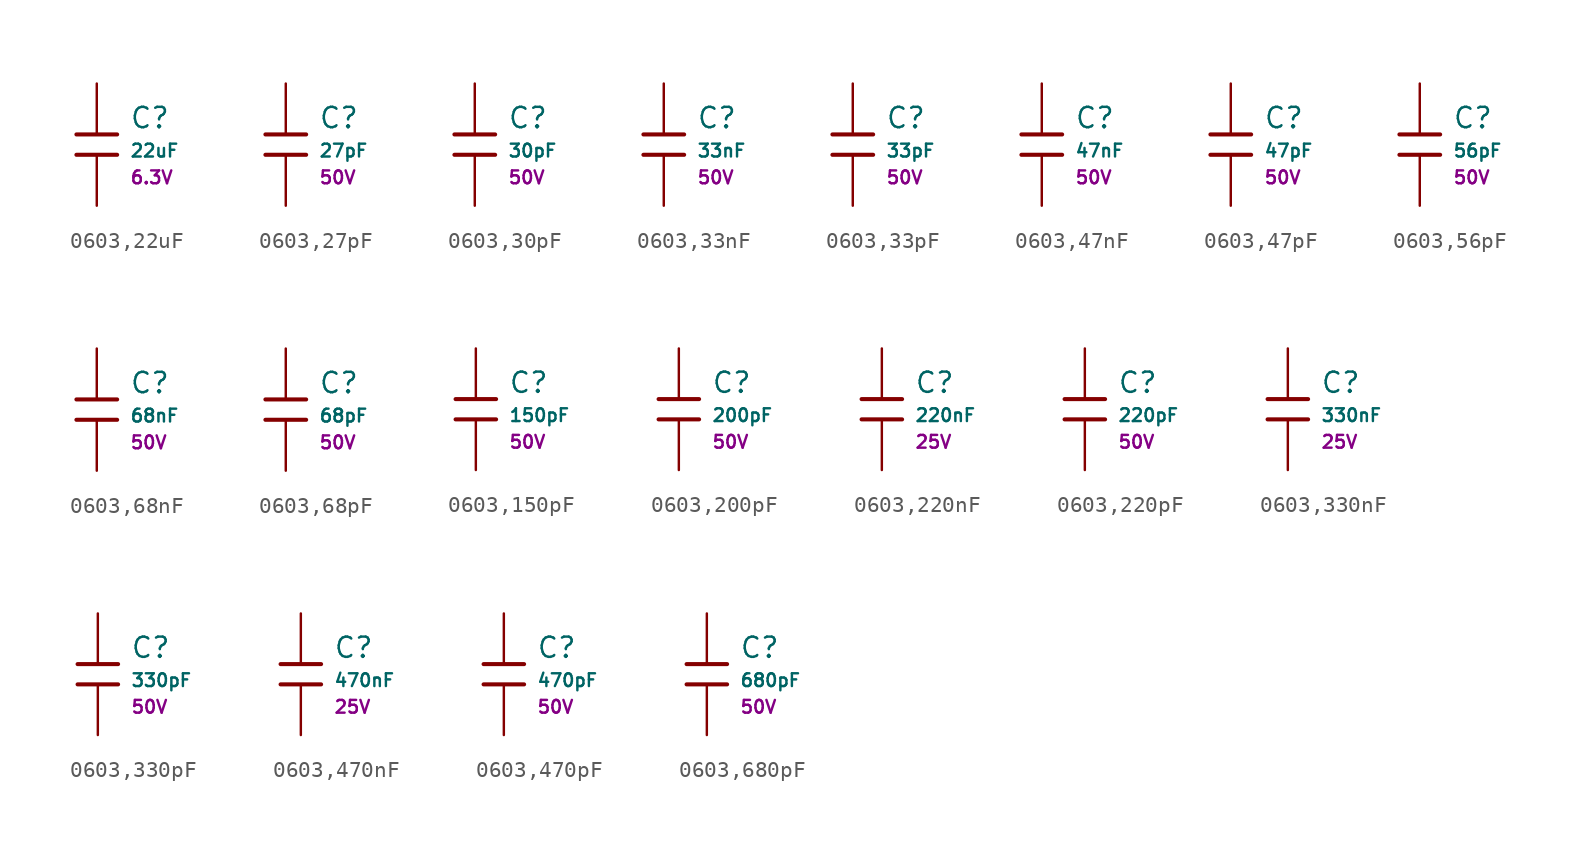
<source format=kicad_sym>
(kicad_symbol_lib
  (version 20231120)
  (generator "CDFER")
  (generator_version "8.0")
  (symbol "0603,22uF"
    (pin_numbers hide)
    (pin_names
      (offset 0))
    (property "Reference" "C"
      (at 2.032 1.668 0)
      (effects (font (size 1.27 1.27)) (justify left)))
    (property "Value" "22uF"
      (at 2.032 -0.378 0)
      (effects (font (size 0.8 0.8)) (justify left)))
    (property "Voltage Rated" "6.3V"
      (at 2.032 -2.046 0)
      (effects (font (size 0.8 0.8)) (justify left)))
    (symbol "0603,22uF_0_1"
      (polyline (pts (xy -1.27 0.635) (xy 1.27 0.635)) (stroke (width 0.254) (type default)) (fill (type none))))
    (symbol "0603,22uF_0_1"
      (polyline (pts (xy -1.27 -0.635) (xy 1.27 -0.635)) (stroke (width 0.254) (type default)) (fill (type none))))
    (symbol "0603,22uF_1_1"
      (pin passive line (at 0 3.81 270) (length 3.175) (name "~" (effects (font (size 1.27 1.27)))) (number "1" (effects (font (size 1.27 1.27)))))
      (pin passive line (at 0 -3.81 90) (length 3.175) (name "~" (effects (font (size 1.27 1.27)))) (number "2" (effects (font (size 1.27 1.27)))))))
  (symbol "0603,27pF"
    (pin_numbers hide)
    (pin_names
      (offset 0))
    (property "Reference" "C"
      (at 2.032 1.668 0)
      (effects (font (size 1.27 1.27)) (justify left)))
    (property "Value" "27pF"
      (at 2.032 -0.378 0)
      (effects (font (size 0.8 0.8)) (justify left)))
    (property "Voltage Rated" "50V"
      (at 2.032 -2.046 0)
      (effects (font (size 0.8 0.8)) (justify left)))
    (symbol "0603,27pF_0_1"
      (polyline (pts (xy -1.27 0.635) (xy 1.27 0.635)) (stroke (width 0.254) (type default)) (fill (type none))))
    (symbol "0603,27pF_0_1"
      (polyline (pts (xy -1.27 -0.635) (xy 1.27 -0.635)) (stroke (width 0.254) (type default)) (fill (type none))))
    (symbol "0603,27pF_1_1"
      (pin passive line (at 0 3.81 270) (length 3.175) (name "~" (effects (font (size 1.27 1.27)))) (number "1" (effects (font (size 1.27 1.27)))))
      (pin passive line (at 0 -3.81 90) (length 3.175) (name "~" (effects (font (size 1.27 1.27)))) (number "2" (effects (font (size 1.27 1.27)))))))
  (symbol "0603,30pF"
    (pin_numbers hide)
    (pin_names
      (offset 0))
    (property "Reference" "C"
      (at 2.032 1.668 0)
      (effects (font (size 1.27 1.27)) (justify left)))
    (property "Value" "30pF"
      (at 2.032 -0.378 0)
      (effects (font (size 0.8 0.8)) (justify left)))
    (property "Voltage Rated" "50V"
      (at 2.032 -2.046 0)
      (effects (font (size 0.8 0.8)) (justify left)))
    (symbol "0603,30pF_0_1"
      (polyline (pts (xy -1.27 0.635) (xy 1.27 0.635)) (stroke (width 0.254) (type default)) (fill (type none))))
    (symbol "0603,30pF_0_1"
      (polyline (pts (xy -1.27 -0.635) (xy 1.27 -0.635)) (stroke (width 0.254) (type default)) (fill (type none))))
    (symbol "0603,30pF_1_1"
      (pin passive line (at 0 3.81 270) (length 3.175) (name "~" (effects (font (size 1.27 1.27)))) (number "1" (effects (font (size 1.27 1.27)))))
      (pin passive line (at 0 -3.81 90) (length 3.175) (name "~" (effects (font (size 1.27 1.27)))) (number "2" (effects (font (size 1.27 1.27)))))))
  (symbol "0603,33nF"
    (pin_numbers hide)
    (pin_names
      (offset 0))
    (property "Reference" "C"
      (at 2.032 1.668 0)
      (effects (font (size 1.27 1.27)) (justify left)))
    (property "Value" "33nF"
      (at 2.032 -0.378 0)
      (effects (font (size 0.8 0.8)) (justify left)))
    (property "Voltage Rated" "50V"
      (at 2.032 -2.046 0)
      (effects (font (size 0.8 0.8)) (justify left)))
    (symbol "0603,33nF_0_1"
      (polyline (pts (xy -1.27 0.635) (xy 1.27 0.635)) (stroke (width 0.254) (type default)) (fill (type none))))
    (symbol "0603,33nF_0_1"
      (polyline (pts (xy -1.27 -0.635) (xy 1.27 -0.635)) (stroke (width 0.254) (type default)) (fill (type none))))
    (symbol "0603,33nF_1_1"
      (pin passive line (at 0 3.81 270) (length 3.175) (name "~" (effects (font (size 1.27 1.27)))) (number "1" (effects (font (size 1.27 1.27)))))
      (pin passive line (at 0 -3.81 90) (length 3.175) (name "~" (effects (font (size 1.27 1.27)))) (number "2" (effects (font (size 1.27 1.27)))))))
  (symbol "0603,33pF"
    (pin_numbers hide)
    (pin_names
      (offset 0))
    (property "Reference" "C"
      (at 2.032 1.668 0)
      (effects (font (size 1.27 1.27)) (justify left)))
    (property "Value" "33pF"
      (at 2.032 -0.378 0)
      (effects (font (size 0.8 0.8)) (justify left)))
    (property "Voltage Rated" "50V"
      (at 2.032 -2.046 0)
      (effects (font (size 0.8 0.8)) (justify left)))
    (symbol "0603,33pF_0_1"
      (polyline (pts (xy -1.27 0.635) (xy 1.27 0.635)) (stroke (width 0.254) (type default)) (fill (type none))))
    (symbol "0603,33pF_0_1"
      (polyline (pts (xy -1.27 -0.635) (xy 1.27 -0.635)) (stroke (width 0.254) (type default)) (fill (type none))))
    (symbol "0603,33pF_1_1"
      (pin passive line (at 0 3.81 270) (length 3.175) (name "~" (effects (font (size 1.27 1.27)))) (number "1" (effects (font (size 1.27 1.27)))))
      (pin passive line (at 0 -3.81 90) (length 3.175) (name "~" (effects (font (size 1.27 1.27)))) (number "2" (effects (font (size 1.27 1.27)))))))
  (symbol "0603,47nF"
    (pin_numbers hide)
    (pin_names
      (offset 0))
    (property "Reference" "C"
      (at 2.032 1.668 0)
      (effects (font (size 1.27 1.27)) (justify left)))
    (property "Value" "47nF"
      (at 2.032 -0.378 0)
      (effects (font (size 0.8 0.8)) (justify left)))
    (property "Voltage Rated" "50V"
      (at 2.032 -2.046 0)
      (effects (font (size 0.8 0.8)) (justify left)))
    (symbol "0603,47nF_0_1"
      (polyline (pts (xy -1.27 0.635) (xy 1.27 0.635)) (stroke (width 0.254) (type default)) (fill (type none))))
    (symbol "0603,47nF_0_1"
      (polyline (pts (xy -1.27 -0.635) (xy 1.27 -0.635)) (stroke (width 0.254) (type default)) (fill (type none))))
    (symbol "0603,47nF_1_1"
      (pin passive line (at 0 3.81 270) (length 3.175) (name "~" (effects (font (size 1.27 1.27)))) (number "1" (effects (font (size 1.27 1.27)))))
      (pin passive line (at 0 -3.81 90) (length 3.175) (name "~" (effects (font (size 1.27 1.27)))) (number "2" (effects (font (size 1.27 1.27)))))))
  (symbol "0603,47pF"
    (pin_numbers hide)
    (pin_names
      (offset 0))
    (property "Reference" "C"
      (at 2.032 1.668 0)
      (effects (font (size 1.27 1.27)) (justify left)))
    (property "Value" "47pF"
      (at 2.032 -0.378 0)
      (effects (font (size 0.8 0.8)) (justify left)))
    (property "Voltage Rated" "50V"
      (at 2.032 -2.046 0)
      (effects (font (size 0.8 0.8)) (justify left)))
    (symbol "0603,47pF_0_1"
      (polyline (pts (xy -1.27 0.635) (xy 1.27 0.635)) (stroke (width 0.254) (type default)) (fill (type none))))
    (symbol "0603,47pF_0_1"
      (polyline (pts (xy -1.27 -0.635) (xy 1.27 -0.635)) (stroke (width 0.254) (type default)) (fill (type none))))
    (symbol "0603,47pF_1_1"
      (pin passive line (at 0 3.81 270) (length 3.175) (name "~" (effects (font (size 1.27 1.27)))) (number "1" (effects (font (size 1.27 1.27)))))
      (pin passive line (at 0 -3.81 90) (length 3.175) (name "~" (effects (font (size 1.27 1.27)))) (number "2" (effects (font (size 1.27 1.27)))))))
  (symbol "0603,56pF"
    (pin_numbers hide)
    (pin_names
      (offset 0))
    (property "Reference" "C"
      (at 2.032 1.668 0)
      (effects (font (size 1.27 1.27)) (justify left)))
    (property "Value" "56pF"
      (at 2.032 -0.378 0)
      (effects (font (size 0.8 0.8)) (justify left)))
    (property "Voltage Rated" "50V"
      (at 2.032 -2.046 0)
      (effects (font (size 0.8 0.8)) (justify left)))
    (symbol "0603,56pF_0_1"
      (polyline (pts (xy -1.27 0.635) (xy 1.27 0.635)) (stroke (width 0.254) (type default)) (fill (type none))))
    (symbol "0603,56pF_0_1"
      (polyline (pts (xy -1.27 -0.635) (xy 1.27 -0.635)) (stroke (width 0.254) (type default)) (fill (type none))))
    (symbol "0603,56pF_1_1"
      (pin passive line (at 0 3.81 270) (length 3.175) (name "~" (effects (font (size 1.27 1.27)))) (number "1" (effects (font (size 1.27 1.27)))))
      (pin passive line (at 0 -3.81 90) (length 3.175) (name "~" (effects (font (size 1.27 1.27)))) (number "2" (effects (font (size 1.27 1.27)))))))
  (symbol "0603,68nF"
    (pin_numbers hide)
    (pin_names
      (offset 0))
    (property "Reference" "C"
      (at 2.032 1.668 0)
      (effects (font (size 1.27 1.27)) (justify left)))
    (property "Value" "68nF"
      (at 2.032 -0.378 0)
      (effects (font (size 0.8 0.8)) (justify left)))
    (property "Voltage Rated" "50V"
      (at 2.032 -2.046 0)
      (effects (font (size 0.8 0.8)) (justify left)))
    (symbol "0603,68nF_0_1"
      (polyline (pts (xy -1.27 0.635) (xy 1.27 0.635)) (stroke (width 0.254) (type default)) (fill (type none))))
    (symbol "0603,68nF_0_1"
      (polyline (pts (xy -1.27 -0.635) (xy 1.27 -0.635)) (stroke (width 0.254) (type default)) (fill (type none))))
    (symbol "0603,68nF_1_1"
      (pin passive line (at 0 3.81 270) (length 3.175) (name "~" (effects (font (size 1.27 1.27)))) (number "1" (effects (font (size 1.27 1.27)))))
      (pin passive line (at 0 -3.81 90) (length 3.175) (name "~" (effects (font (size 1.27 1.27)))) (number "2" (effects (font (size 1.27 1.27)))))))
  (symbol "0603,68pF"
    (pin_numbers hide)
    (pin_names
      (offset 0))
    (property "Reference" "C"
      (at 2.032 1.668 0)
      (effects (font (size 1.27 1.27)) (justify left)))
    (property "Value" "68pF"
      (at 2.032 -0.378 0)
      (effects (font (size 0.8 0.8)) (justify left)))
    (property "Voltage Rated" "50V"
      (at 2.032 -2.046 0)
      (effects (font (size 0.8 0.8)) (justify left)))
    (symbol "0603,68pF_0_1"
      (polyline (pts (xy -1.27 0.635) (xy 1.27 0.635)) (stroke (width 0.254) (type default)) (fill (type none))))
    (symbol "0603,68pF_0_1"
      (polyline (pts (xy -1.27 -0.635) (xy 1.27 -0.635)) (stroke (width 0.254) (type default)) (fill (type none))))
    (symbol "0603,68pF_1_1"
      (pin passive line (at 0 3.81 270) (length 3.175) (name "~" (effects (font (size 1.27 1.27)))) (number "1" (effects (font (size 1.27 1.27)))))
      (pin passive line (at 0 -3.81 90) (length 3.175) (name "~" (effects (font (size 1.27 1.27)))) (number "2" (effects (font (size 1.27 1.27)))))))
  (symbol "0603,150pF"
    (pin_numbers hide)
    (pin_names
      (offset 0))
    (property "Reference" "C"
      (at 2.032 1.668 0)
      (effects (font (size 1.27 1.27)) (justify left)))
    (property "Value" "150pF"
      (at 2.032 -0.378 0)
      (effects (font (size 0.8 0.8)) (justify left)))
    (property "Voltage Rated" "50V"
      (at 2.032 -2.046 0)
      (effects (font (size 0.8 0.8)) (justify left)))
    (symbol "0603,150pF_0_1"
      (polyline (pts (xy -1.27 0.635) (xy 1.27 0.635)) (stroke (width 0.254) (type default)) (fill (type none))))
    (symbol "0603,150pF_0_1"
      (polyline (pts (xy -1.27 -0.635) (xy 1.27 -0.635)) (stroke (width 0.254) (type default)) (fill (type none))))
    (symbol "0603,150pF_1_1"
      (pin passive line (at 0 3.81 270) (length 3.175) (name "~" (effects (font (size 1.27 1.27)))) (number "1" (effects (font (size 1.27 1.27)))))
      (pin passive line (at 0 -3.81 90) (length 3.175) (name "~" (effects (font (size 1.27 1.27)))) (number "2" (effects (font (size 1.27 1.27)))))))
  (symbol "0603,200pF"
    (pin_numbers hide)
    (pin_names
      (offset 0))
    (property "Reference" "C"
      (at 2.032 1.668 0)
      (effects (font (size 1.27 1.27)) (justify left)))
    (property "Value" "200pF"
      (at 2.032 -0.378 0)
      (effects (font (size 0.8 0.8)) (justify left)))
    (property "Voltage Rated" "50V"
      (at 2.032 -2.046 0)
      (effects (font (size 0.8 0.8)) (justify left)))
    (symbol "0603,200pF_0_1"
      (polyline (pts (xy -1.27 0.635) (xy 1.27 0.635)) (stroke (width 0.254) (type default)) (fill (type none))))
    (symbol "0603,200pF_0_1"
      (polyline (pts (xy -1.27 -0.635) (xy 1.27 -0.635)) (stroke (width 0.254) (type default)) (fill (type none))))
    (symbol "0603,200pF_1_1"
      (pin passive line (at 0 3.81 270) (length 3.175) (name "~" (effects (font (size 1.27 1.27)))) (number "1" (effects (font (size 1.27 1.27)))))
      (pin passive line (at 0 -3.81 90) (length 3.175) (name "~" (effects (font (size 1.27 1.27)))) (number "2" (effects (font (size 1.27 1.27)))))))
  (symbol "0603,220nF"
    (pin_numbers hide)
    (pin_names
      (offset 0))
    (property "Reference" "C"
      (at 2.032 1.668 0)
      (effects (font (size 1.27 1.27)) (justify left)))
    (property "Value" "220nF"
      (at 2.032 -0.378 0)
      (effects (font (size 0.8 0.8)) (justify left)))
    (property "Voltage Rated" "25V"
      (at 2.032 -2.046 0)
      (effects (font (size 0.8 0.8)) (justify left)))
    (symbol "0603,220nF_0_1"
      (polyline (pts (xy -1.27 0.635) (xy 1.27 0.635)) (stroke (width 0.254) (type default)) (fill (type none))))
    (symbol "0603,220nF_0_1"
      (polyline (pts (xy -1.27 -0.635) (xy 1.27 -0.635)) (stroke (width 0.254) (type default)) (fill (type none))))
    (symbol "0603,220nF_1_1"
      (pin passive line (at 0 3.81 270) (length 3.175) (name "~" (effects (font (size 1.27 1.27)))) (number "1" (effects (font (size 1.27 1.27)))))
      (pin passive line (at 0 -3.81 90) (length 3.175) (name "~" (effects (font (size 1.27 1.27)))) (number "2" (effects (font (size 1.27 1.27)))))))
  (symbol "0603,220pF"
    (pin_numbers hide)
    (pin_names
      (offset 0))
    (property "Reference" "C"
      (at 2.032 1.668 0)
      (effects (font (size 1.27 1.27)) (justify left)))
    (property "Value" "220pF"
      (at 2.032 -0.378 0)
      (effects (font (size 0.8 0.8)) (justify left)))
    (property "Voltage Rated" "50V"
      (at 2.032 -2.046 0)
      (effects (font (size 0.8 0.8)) (justify left)))
    (symbol "0603,220pF_0_1"
      (polyline (pts (xy -1.27 0.635) (xy 1.27 0.635)) (stroke (width 0.254) (type default)) (fill (type none))))
    (symbol "0603,220pF_0_1"
      (polyline (pts (xy -1.27 -0.635) (xy 1.27 -0.635)) (stroke (width 0.254) (type default)) (fill (type none))))
    (symbol "0603,220pF_1_1"
      (pin passive line (at 0 3.81 270) (length 3.175) (name "~" (effects (font (size 1.27 1.27)))) (number "1" (effects (font (size 1.27 1.27)))))
      (pin passive line (at 0 -3.81 90) (length 3.175) (name "~" (effects (font (size 1.27 1.27)))) (number "2" (effects (font (size 1.27 1.27)))))))
  (symbol "0603,330nF"
    (pin_numbers hide)
    (pin_names
      (offset 0))
    (property "Reference" "C"
      (at 2.032 1.668 0)
      (effects (font (size 1.27 1.27)) (justify left)))
    (property "Value" "330nF"
      (at 2.032 -0.378 0)
      (effects (font (size 0.8 0.8)) (justify left)))
    (property "Voltage Rated" "25V"
      (at 2.032 -2.046 0)
      (effects (font (size 0.8 0.8)) (justify left)))
    (symbol "0603,330nF_0_1"
      (polyline (pts (xy -1.27 0.635) (xy 1.27 0.635)) (stroke (width 0.254) (type default)) (fill (type none))))
    (symbol "0603,330nF_0_1"
      (polyline (pts (xy -1.27 -0.635) (xy 1.27 -0.635)) (stroke (width 0.254) (type default)) (fill (type none))))
    (symbol "0603,330nF_1_1"
      (pin passive line (at 0 3.81 270) (length 3.175) (name "~" (effects (font (size 1.27 1.27)))) (number "1" (effects (font (size 1.27 1.27)))))
      (pin passive line (at 0 -3.81 90) (length 3.175) (name "~" (effects (font (size 1.27 1.27)))) (number "2" (effects (font (size 1.27 1.27)))))))
  (symbol "0603,330pF"
    (pin_numbers hide)
    (pin_names
      (offset 0))
    (property "Reference" "C"
      (at 2.032 1.668 0)
      (effects (font (size 1.27 1.27)) (justify left)))
    (property "Value" "330pF"
      (at 2.032 -0.378 0)
      (effects (font (size 0.8 0.8)) (justify left)))
    (property "Voltage Rated" "50V"
      (at 2.032 -2.046 0)
      (effects (font (size 0.8 0.8)) (justify left)))
    (symbol "0603,330pF_0_1"
      (polyline (pts (xy -1.27 0.635) (xy 1.27 0.635)) (stroke (width 0.254) (type default)) (fill (type none))))
    (symbol "0603,330pF_0_1"
      (polyline (pts (xy -1.27 -0.635) (xy 1.27 -0.635)) (stroke (width 0.254) (type default)) (fill (type none))))
    (symbol "0603,330pF_1_1"
      (pin passive line (at 0 3.81 270) (length 3.175) (name "~" (effects (font (size 1.27 1.27)))) (number "1" (effects (font (size 1.27 1.27)))))
      (pin passive line (at 0 -3.81 90) (length 3.175) (name "~" (effects (font (size 1.27 1.27)))) (number "2" (effects (font (size 1.27 1.27)))))))
  (symbol "0603,470nF"
    (pin_numbers hide)
    (pin_names
      (offset 0))
    (property "Reference" "C"
      (at 2.032 1.668 0)
      (effects (font (size 1.27 1.27)) (justify left)))
    (property "Value" "470nF"
      (at 2.032 -0.378 0)
      (effects (font (size 0.8 0.8)) (justify left)))
    (property "Voltage Rated" "25V"
      (at 2.032 -2.046 0)
      (effects (font (size 0.8 0.8)) (justify left)))
    (symbol "0603,470nF_0_1"
      (polyline (pts (xy -1.27 0.635) (xy 1.27 0.635)) (stroke (width 0.254) (type default)) (fill (type none))))
    (symbol "0603,470nF_0_1"
      (polyline (pts (xy -1.27 -0.635) (xy 1.27 -0.635)) (stroke (width 0.254) (type default)) (fill (type none))))
    (symbol "0603,470nF_1_1"
      (pin passive line (at 0 3.81 270) (length 3.175) (name "~" (effects (font (size 1.27 1.27)))) (number "1" (effects (font (size 1.27 1.27)))))
      (pin passive line (at 0 -3.81 90) (length 3.175) (name "~" (effects (font (size 1.27 1.27)))) (number "2" (effects (font (size 1.27 1.27)))))))
  (symbol "0603,470pF"
    (pin_numbers hide)
    (pin_names
      (offset 0))
    (property "Reference" "C"
      (at 2.032 1.668 0)
      (effects (font (size 1.27 1.27)) (justify left)))
    (property "Value" "470pF"
      (at 2.032 -0.378 0)
      (effects (font (size 0.8 0.8)) (justify left)))
    (property "Voltage Rated" "50V"
      (at 2.032 -2.046 0)
      (effects (font (size 0.8 0.8)) (justify left)))
    (symbol "0603,470pF_0_1"
      (polyline (pts (xy -1.27 0.635) (xy 1.27 0.635)) (stroke (width 0.254) (type default)) (fill (type none))))
    (symbol "0603,470pF_0_1"
      (polyline (pts (xy -1.27 -0.635) (xy 1.27 -0.635)) (stroke (width 0.254) (type default)) (fill (type none))))
    (symbol "0603,470pF_1_1"
      (pin passive line (at 0 3.81 270) (length 3.175) (name "~" (effects (font (size 1.27 1.27)))) (number "1" (effects (font (size 1.27 1.27)))))
      (pin passive line (at 0 -3.81 90) (length 3.175) (name "~" (effects (font (size 1.27 1.27)))) (number "2" (effects (font (size 1.27 1.27)))))))
  (symbol "0603,680pF"
    (pin_numbers hide)
    (pin_names
      (offset 0))
    (property "Reference" "C"
      (at 2.032 1.668 0)
      (effects (font (size 1.27 1.27)) (justify left)))
    (property "Value" "680pF"
      (at 2.032 -0.378 0)
      (effects (font (size 0.8 0.8)) (justify left)))
    (property "Voltage Rated" "50V"
      (at 2.032 -2.046 0)
      (effects (font (size 0.8 0.8)) (justify left)))
    (symbol "0603,680pF_0_1"
      (polyline (pts (xy -1.27 0.635) (xy 1.27 0.635)) (stroke (width 0.254) (type default)) (fill (type none))))
    (symbol "0603,680pF_0_1"
      (polyline (pts (xy -1.27 -0.635) (xy 1.27 -0.635)) (stroke (width 0.254) (type default)) (fill (type none))))
    (symbol "0603,680pF_1_1"
      (pin passive line (at 0 3.81 270) (length 3.175) (name "~" (effects (font (size 1.27 1.27)))) (number "1" (effects (font (size 1.27 1.27)))))
      (pin passive line (at 0 -3.81 90) (length 3.175) (name "~" (effects (font (size 1.27 1.27)))) (number "2" (effects (font (size 1.27 1.27))))))))
</source>
